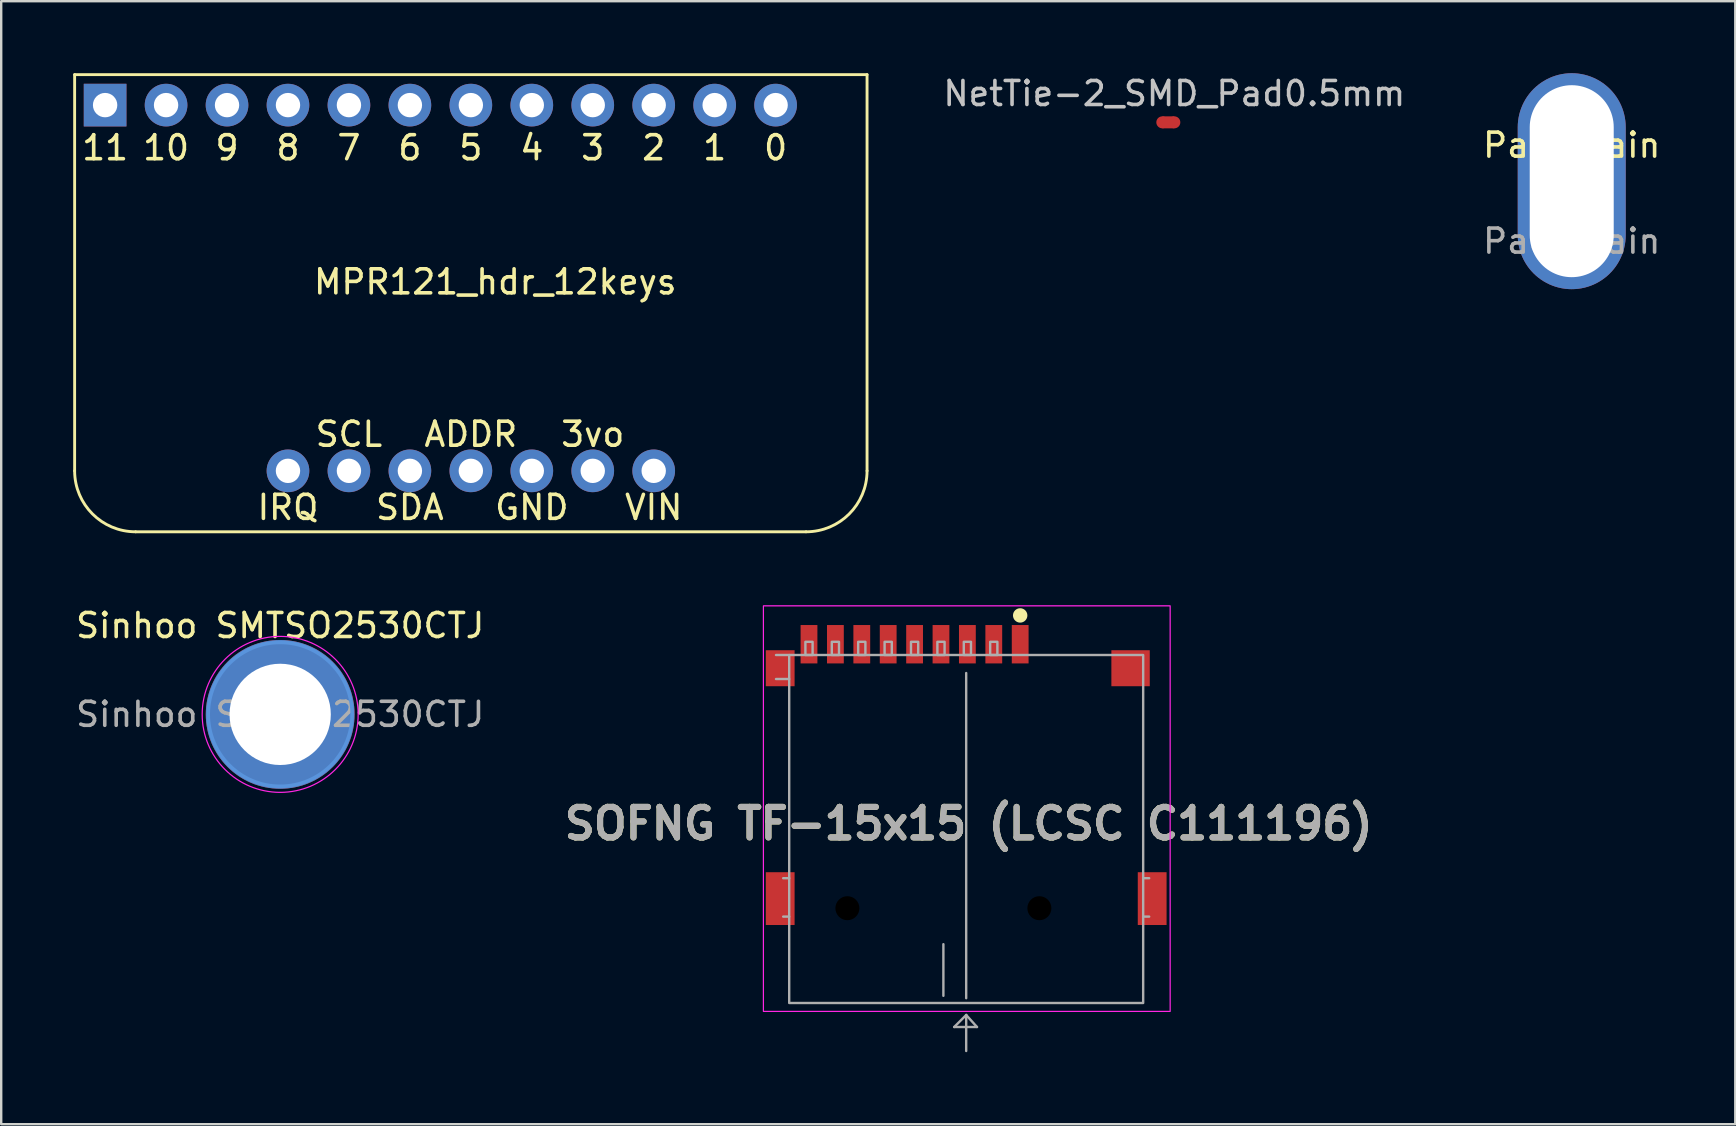
<source format=kicad_pcb>
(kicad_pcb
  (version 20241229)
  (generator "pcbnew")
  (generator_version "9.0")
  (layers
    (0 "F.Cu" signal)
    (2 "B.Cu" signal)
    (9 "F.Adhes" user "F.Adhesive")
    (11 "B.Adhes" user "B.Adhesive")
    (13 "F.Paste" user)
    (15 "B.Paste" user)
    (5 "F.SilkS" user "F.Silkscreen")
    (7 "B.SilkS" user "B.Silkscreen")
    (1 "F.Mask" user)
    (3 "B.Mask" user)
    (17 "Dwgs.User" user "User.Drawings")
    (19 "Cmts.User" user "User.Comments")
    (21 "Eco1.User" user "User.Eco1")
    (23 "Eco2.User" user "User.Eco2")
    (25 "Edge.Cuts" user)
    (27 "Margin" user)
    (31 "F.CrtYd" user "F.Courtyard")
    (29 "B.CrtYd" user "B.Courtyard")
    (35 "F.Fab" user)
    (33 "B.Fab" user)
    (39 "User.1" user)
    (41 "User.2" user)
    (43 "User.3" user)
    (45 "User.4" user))
  (footprint "Sinhoo SMTSO2530CTJ"
    (layer "F.Cu")
    (at 8.625 26.718)
    (property "Reference" "Sinhoo SMTSO2530CTJ" (at 0 -3.7 0) (layer "F.SilkS") (effects (font (size 1 1) (thickness 0.15))))
    (attr exclude_from_pos_files exclude_from_bom)
    (fp_circle (center 0 0) (end 3 0) (stroke (width 0.15) (type solid)) (fill no) (layer "Cmts.User"))
    (fp_circle (center 0 0) (end 3.25 0) (stroke (width 0.05) (type solid)) (fill no) (layer "F.CrtYd"))
    (fp_text user "${REFERENCE}" (at 0 0 0) (layer "F.Fab") (effects (font (size 1 1) (thickness 0.15))))
    (pad "1" thru_hole circle (at 0 0) (size 6.2 6.2) (drill 4.22) (layers "*.Cu" "*.Mask")))
  (footprint "NetTie-2_SMD_Pad0.5mm"
    (layer "F.Cu")
    (at 45.634 2.048)
    (property "Reference" "NetTie-2_SMD_Pad0.5mm" (at 0.25 -1.2 0) (layer "Dwgs.User") (effects (font (size 1 1) (thickness 0.15))))
    (attr exclude_from_pos_files exclude_from_bom)
    (fp_poly (pts (xy -0.25 -0.25) (xy 0.25 -0.25) (xy 0.25 0.25) (xy -0.25 0.25)) (stroke (width 0) (type solid)) (fill yes) (layer "F.Cu"))
    (pad "1" smd circle (at -0.25 0) (size 0.5 0.5) (layers "F.Cu"))
    (pad "2" smd circle (at 0.25 0) (size 0.5 0.5) (layers "F.Cu")))
  (footprint "Pad_Plain"
    (layer "F.Cu")
    (at 62.444 4.5)
    (property "Reference" "Pad_Plain" (at 0 -1.5 0) (unlocked yes) (layer "F.SilkS") (effects (font (size 1 1) (thickness 0.15))))
    (attr through_hole)
    (fp_text user "${REFERENCE}" (at 0 2.5 0) (unlocked yes) (layer "F.Fab") (effects (font (size 1 1) (thickness 0.15))))
    (pad "1" thru_hole oval (at 0 0) (size 4.5 9) (drill oval 3.5 8) (layers "*.Cu" "*.Mask")))
  (footprint "SOFNG TF-15x15 (LCSC C111196)"
    (layer "F.Cu")
    (at 37.366 30.87)
    (property "Reference" "SOFNG TF-15x15 (LCSC C111196)" (at -0.05 0.4 0) (layer "F.SilkS") (effects (font (size 1.27 1.27) (thickness 0.254))))
    (attr through_hole)
    (fp_circle (center 2.095 -8.275) (end 2.395 -8.275) (stroke (width 0) (type solid)) (fill yes) (layer "F.SilkS"))
    (fp_rect (start -8.605 -8.675) (end 8.345 8.225) (stroke (width 0.05) (type solid)) (fill no) (layer "F.CrtYd"))
    (fp_line (start -8.08 -5.625) (end -7.53 -5.625) (stroke (width 0.1) (type solid)) (layer "F.Fab"))
    (fp_line (start -7.78 4.275) (end -7.53 4.275) (stroke (width 0.1) (type solid)) (layer "F.Fab"))
    (fp_line (start -7.53 -6.625) (end -8.08 -6.625) (stroke (width 0.1) (type solid)) (layer "F.Fab"))
    (fp_line (start -7.53 2.675) (end -7.78 2.675) (stroke (width 0.1) (type solid)) (layer "F.Fab"))
    (fp_line (start -1.105 7.575) (end -1.105 5.425) (stroke (width 0.1) (type solid)) (layer "F.Fab"))
    (fp_line (start -0.655 8.875) (end 0.295 8.875) (stroke (width 0.1) (type solid)) (layer "F.Fab"))
    (fp_line (start -0.155 -5.875) (end -0.155 7.675) (stroke (width 0.1) (type solid)) (layer "F.Fab"))
    (fp_line (start -0.155 8.375) (end -0.655 8.875) (stroke (width 0.1) (type solid)) (layer "F.Fab"))
    (fp_line (start -0.155 9.875) (end -0.155 8.375) (stroke (width 0.1) (type solid)) (layer "F.Fab"))
    (fp_line (start 0.295 8.875) (end -0.155 8.375) (stroke (width 0.1) (type solid)) (layer "F.Fab"))
    (fp_line (start 7.22 4.275) (end 7.47 4.275) (stroke (width 0.1) (type solid)) (layer "F.Fab"))
    (fp_line (start 7.47 2.675) (end 7.22 2.675) (stroke (width 0.1) (type solid)) (layer "F.Fab"))
    (fp_rect (start -6.855 -7.175) (end -6.555 -6.625) (stroke (width 0.1) (type solid)) (fill no) (layer "F.Fab"))
    (fp_rect (start -5.755 -7.175) (end -5.455 -6.625) (stroke (width 0.1) (type solid)) (fill no) (layer "F.Fab"))
    (fp_rect (start -4.655 -7.175) (end -4.355 -6.625) (stroke (width 0.1) (type solid)) (fill no) (layer "F.Fab"))
    (fp_rect (start -3.555 -7.175) (end -3.255 -6.625) (stroke (width 0.1) (type solid)) (fill no) (layer "F.Fab"))
    (fp_rect (start -2.455 -7.175) (end -2.155 -6.625) (stroke (width 0.1) (type solid)) (fill no) (layer "F.Fab"))
    (fp_rect (start -1.355 -7.175) (end -1.055 -6.625) (stroke (width 0.1) (type solid)) (fill no) (layer "F.Fab"))
    (fp_rect (start -0.255 -7.175) (end 0.045 -6.625) (stroke (width 0.1) (type solid)) (fill no) (layer "F.Fab"))
    (fp_rect (start 0.845 -7.175) (end 1.145 -6.625) (stroke (width 0.1) (type solid)) (fill no) (layer "F.Fab"))
    (fp_rect (start 7.22 -6.625) (end -7.53 7.875) (stroke (width 0.1) (type solid)) (fill no) (layer "F.Fab"))
    (fp_text user "${REFERENCE}" (at -0.05 0.4 0) (layer "F.Fab") (effects (font (size 1.27 1.27) (thickness 0.254))))
    (pad "" np_thru_hole circle (at -5.105 3.925) (size 1 1) (drill 1) (layers "*.Mask"))
    (pad "" np_thru_hole circle (at 2.895 3.925) (size 1 1) (drill 1) (layers "*.Mask"))
    (pad "1" smd rect (at 2.095 -7.075) (size 0.7 1.6) (layers "F.Cu" "F.Mask" "F.Paste"))
    (pad "2" smd rect (at 0.995 -7.075) (size 0.7 1.6) (layers "F.Cu" "F.Mask" "F.Paste"))
    (pad "3" smd rect (at -0.105 -7.075) (size 0.7 1.6) (layers "F.Cu" "F.Mask" "F.Paste"))
    (pad "4" smd rect (at -1.205 -7.075) (size 0.7 1.6) (layers "F.Cu" "F.Mask" "F.Paste"))
    (pad "5" smd rect (at -2.305 -7.075) (size 0.7 1.6) (layers "F.Cu" "F.Mask" "F.Paste"))
    (pad "6" smd rect (at -3.405 -7.075) (size 0.7 1.6) (layers "F.Cu" "F.Mask" "F.Paste"))
    (pad "7" smd rect (at -4.505 -7.075) (size 0.7 1.6) (layers "F.Cu" "F.Mask" "F.Paste"))
    (pad "8" smd rect (at -5.605 -7.075) (size 0.7 1.6) (layers "F.Cu" "F.Mask" "F.Paste"))
    (pad "CD" smd rect (at -6.705 -7.075) (size 0.7 1.6) (layers "F.Cu" "F.Mask" "F.Paste"))
    (pad "MP1" smd rect (at -7.905 -6.075) (size 1.2 1.5) (layers "F.Cu" "F.Mask" "F.Paste"))
    (pad "MP2" smd rect (at -7.905 3.525) (size 1.2 2.2) (layers "F.Cu" "F.Mask" "F.Paste"))
    (pad "MP3" smd rect (at 7.595 3.525) (size 1.2 2.2) (layers "F.Cu" "F.Mask" "F.Paste"))
    (pad "MP4" smd rect (at 6.695 -6.075) (size 1.6 1.5) (layers "F.Cu" "F.Mask" "F.Paste")))
  (footprint "MPR121_hdr_12keys"
    (layer "F.Cu")
    (at 12.76 7.68)
    (property "Reference" "MPR121_hdr_12keys" (at 4.826 1.016 0) (layer "F.SilkS") (effects (font (size 1 1) (thickness 0.15))))
    (attr through_hole)
    (fp_line (start -12.7 -7.62) (end 20.32 -7.62) (stroke (width 0.12) (type solid)) (layer "F.SilkS"))
    (fp_line (start -12.7 8.89) (end -12.7 -7.62) (stroke (width 0.12) (type solid)) (layer "F.SilkS"))
    (fp_line (start 17.78 11.43) (end -10.16 11.43) (stroke (width 0.12) (type solid)) (layer "F.SilkS"))
    (fp_line (start 20.32 -7.62) (end 20.32 8.89) (stroke (width 0.12) (type solid)) (layer "F.SilkS"))
    (fp_arc (start -10.16 11.43) (mid -11.956051 10.686051) (end -12.7 8.89) (stroke (width 0.12) (type solid)) (layer "F.SilkS"))
    (fp_arc (start 20.32 8.89) (mid 19.576051 10.686051) (end 17.78 11.43) (stroke (width 0.12) (type solid)) (layer "F.SilkS"))
    (fp_text user "IRQ" (at -3.81 10.414 0) (layer "F.SilkS") (effects (font (size 1 1) (thickness 0.15))))
    (fp_text user "SDA" (at 1.27 10.414 0) (layer "F.SilkS") (effects (font (size 1 1) (thickness 0.15))))
    (fp_text user "3vo" (at 8.89 7.366 0) (layer "F.SilkS") (effects (font (size 1 1) (thickness 0.15))))
    (fp_text user "GND" (at 6.35 10.414 0) (layer "F.SilkS") (effects (font (size 1 1) (thickness 0.15))))
    (fp_text user "9" (at -6.35 -4.572 0) (layer "F.SilkS") (effects (font (size 1 1) (thickness 0.15))))
    (fp_text user "VIN" (at 11.43 10.414 0) (layer "F.SilkS") (effects (font (size 1 1) (thickness 0.15))))
    (fp_text user "8" (at -3.81 -4.572 0) (layer "F.SilkS") (effects (font (size 1 1) (thickness 0.15))))
    (fp_text user "6" (at 1.27 -4.572 0) (layer "F.SilkS") (effects (font (size 1 1) (thickness 0.15))))
    (fp_text user "7" (at -1.27 -4.572 0) (layer "F.SilkS") (effects (font (size 1 1) (thickness 0.15))))
    (fp_text user "0" (at 16.51 -4.572 0) (layer "F.SilkS") (effects (font (size 1 1) (thickness 0.15))))
    (fp_text user "11" (at -11.43 -4.572 0) (layer "F.SilkS") (effects (font (size 1 1) (thickness 0.15))))
    (fp_text user "2" (at 11.43 -4.572 0) (layer "F.SilkS") (effects (font (size 1 1) (thickness 0.15))))
    (fp_text user "3" (at 8.89 -4.572 0) (layer "F.SilkS") (effects (font (size 1 1) (thickness 0.15))))
    (fp_text user "SCL" (at -1.27 7.366 0) (layer "F.SilkS") (effects (font (size 1 1) (thickness 0.15))))
    (fp_text user "5" (at 3.81 -4.572 0) (layer "F.SilkS") (effects (font (size 1 1) (thickness 0.15))))
    (fp_text user "1" (at 13.97 -4.572 0) (layer "F.SilkS") (effects (font (size 1 1) (thickness 0.15))))
    (fp_text user "ADDR" (at 3.81 7.366 0) (layer "F.SilkS") (effects (font (size 1 1) (thickness 0.15))))
    (fp_text user "10" (at -8.89 -4.572 0) (layer "F.SilkS") (effects (font (size 1 1) (thickness 0.15))))
    (fp_text user "4" (at 6.35 -4.572 0) (layer "F.SilkS") (effects (font (size 1 1) (thickness 0.15))))
    (pad "2" thru_hole circle (at 16.51 -6.35) (size 1.778 1.778) (drill 1.016) (layers "*.Cu" "*.Mask"))
    (pad "3" thru_hole circle (at 13.97 -6.35) (size 1.778 1.778) (drill 1.016) (layers "*.Cu" "*.Mask"))
    (pad "4" thru_hole circle (at 11.43 -6.35) (size 1.778 1.778) (drill 1.016) (layers "*.Cu" "*.Mask"))
    (pad "5" thru_hole circle (at 8.89 -6.35) (size 1.778 1.778) (drill 1.016) (layers "*.Cu" "*.Mask"))
    (pad "6" thru_hole circle (at 6.35 -6.35) (size 1.778 1.778) (drill 1.016) (layers "*.Cu" "*.Mask"))
    (pad "7" thru_hole circle (at 3.81 -6.35) (size 1.778 1.778) (drill 1.016) (layers "*.Cu" "*.Mask"))
    (pad "8" thru_hole circle (at 1.27 -6.35) (size 1.778 1.778) (drill 1.016) (layers "*.Cu" "*.Mask"))
    (pad "9" thru_hole circle (at -1.27 -6.35) (size 1.778 1.778) (drill 1.016) (layers "*.Cu" "*.Mask"))
    (pad "10" thru_hole circle (at -3.81 -6.35) (size 1.778 1.778) (drill 1.016) (layers "*.Cu" "*.Mask"))
    (pad "11" thru_hole circle (at -6.35 -6.35) (size 1.778 1.778) (drill 1.016) (layers "*.Cu" "*.Mask"))
    (pad "12" thru_hole circle (at -8.89 -6.35) (size 1.778 1.778) (drill 1.016) (layers "*.Cu" "*.Mask"))
    (pad "13" thru_hole rect (at -11.43 -6.35) (size 1.778 1.778) (drill 1.016) (layers "*.Cu" "*.Mask"))
    (pad "14" thru_hole circle (at -3.81 8.89) (size 1.778 1.778) (drill 1.016) (layers "*.Cu" "*.Mask"))
    (pad "15" thru_hole circle (at -1.27 8.89) (size 1.778 1.778) (drill 1.016) (layers "*.Cu" "*.Mask"))
    (pad "16" thru_hole circle (at 1.27 8.89) (size 1.778 1.778) (drill 1.016) (layers "*.Cu" "*.Mask"))
    (pad "17" thru_hole circle (at 3.81 8.89) (size 1.778 1.778) (drill 1.016) (layers "*.Cu" "*.Mask"))
    (pad "18" thru_hole circle (at 6.35 8.89) (size 1.778 1.778) (drill 1.016) (layers "*.Cu" "*.Mask"))
    (pad "19" thru_hole circle (at 8.89 8.89) (size 1.778 1.778) (drill 1.016) (layers "*.Cu" "*.Mask"))
    (pad "20" thru_hole circle (at 11.43 8.89) (size 1.778 1.778) (drill 1.016) (layers "*.Cu" "*.Mask")))
  (gr_rect
    (start -3 -3)
    (end 69.259 43.795)
    (stroke (width 0.1) (type default))
    (fill no)
    (layer "Edge.Cuts")))
</source>
